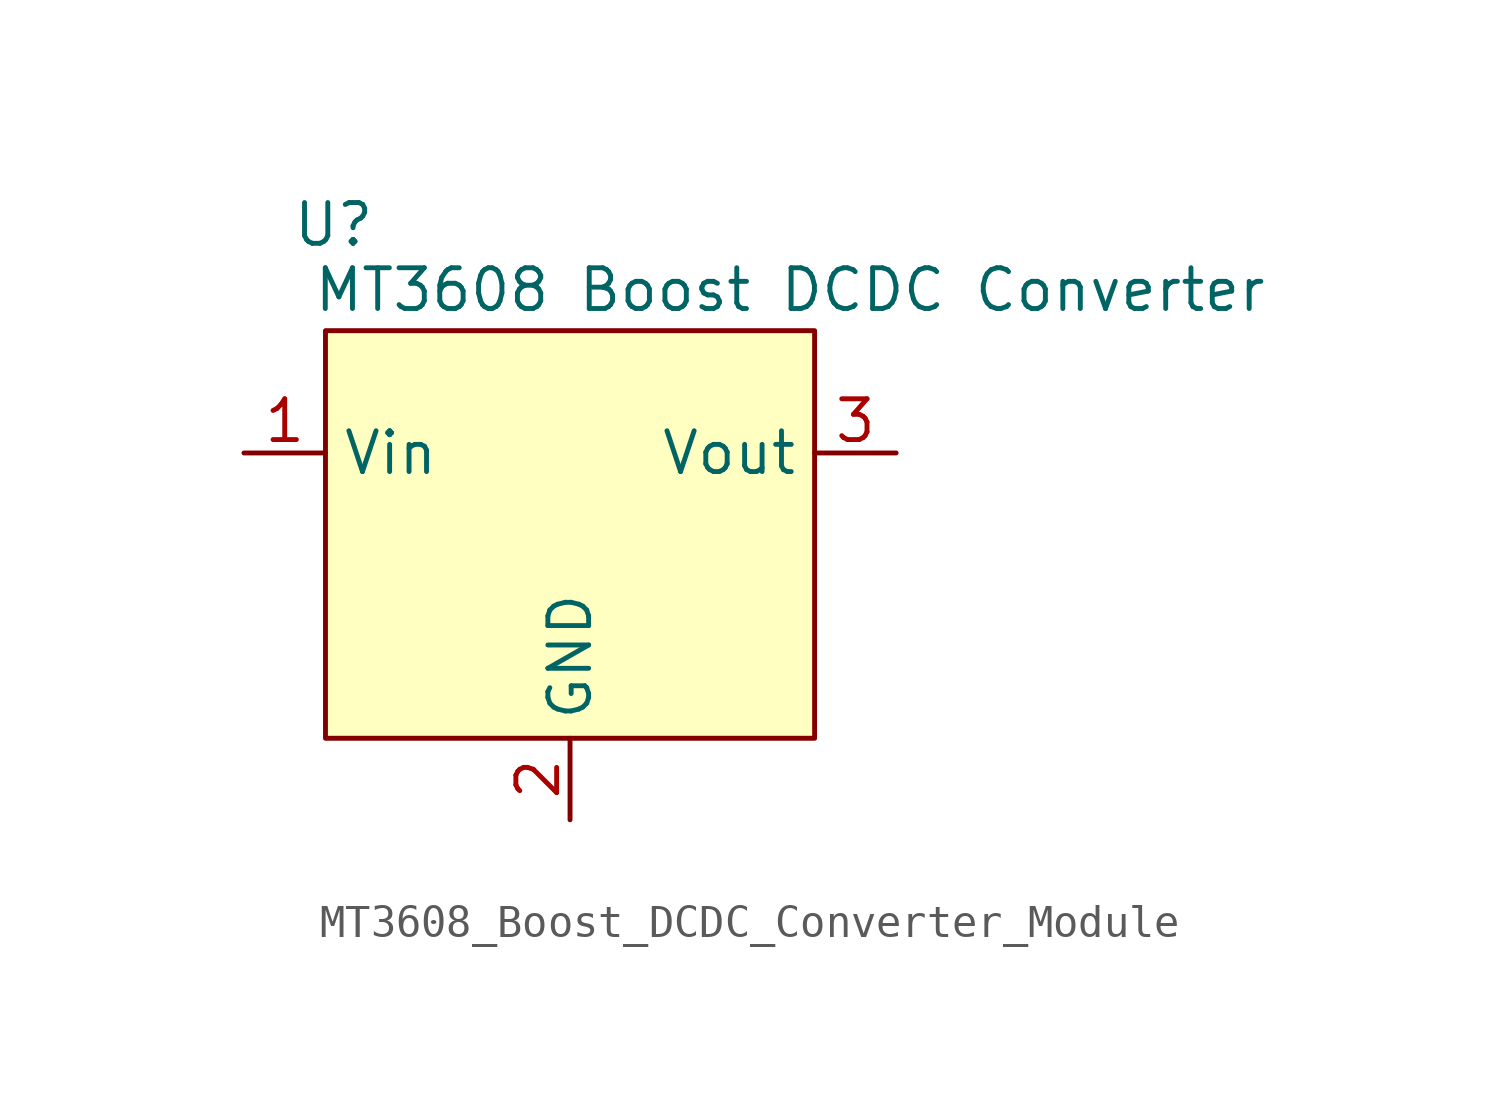
<source format=kicad_sym>
(kicad_symbol_lib
  (version 20241209)
  (generator "kicad_symbol_editor")
  (generator_version "9.0")
  (symbol "MT3608_Boost_DCDC_Converter_Module"
    (property "Reference" "U"
      (at -7.366 9.652 0)
      (effects (font (size 1.27 1.27))))
    (property "Value" "MT3608 Boost DCDC Converter"
      (at 6.858 7.62 0)
      (effects (font (size 1.27 1.27))))
    (symbol "MT3608_Boost_DCDC_Converter_Module_0_1"
      (rectangle (start -7.62 6.35) (end 7.62 -6.35) (stroke (width 0) (type default)) (fill (type background))))
    (symbol "MT3608_Boost_DCDC_Converter_Module_1_1"
      (pin power_in line (at -10.16 2.54 0) (length 2.54) (name "Vin" (effects (font (size 1.27 1.27)))) (number "1" (effects (font (size 1.27 1.27)))))
      (pin power_in line (at 0 -8.89 90) (length 2.54) (name "GND" (effects (font (size 1.27 1.27)))) (number "2" (effects (font (size 1.27 1.27)))))
      (pin power_out line (at 10.16 2.54 180) (length 2.54) (name "Vout" (effects (font (size 1.27 1.27)))) (number "3" (effects (font (size 1.27 1.27))))))))
</source>
